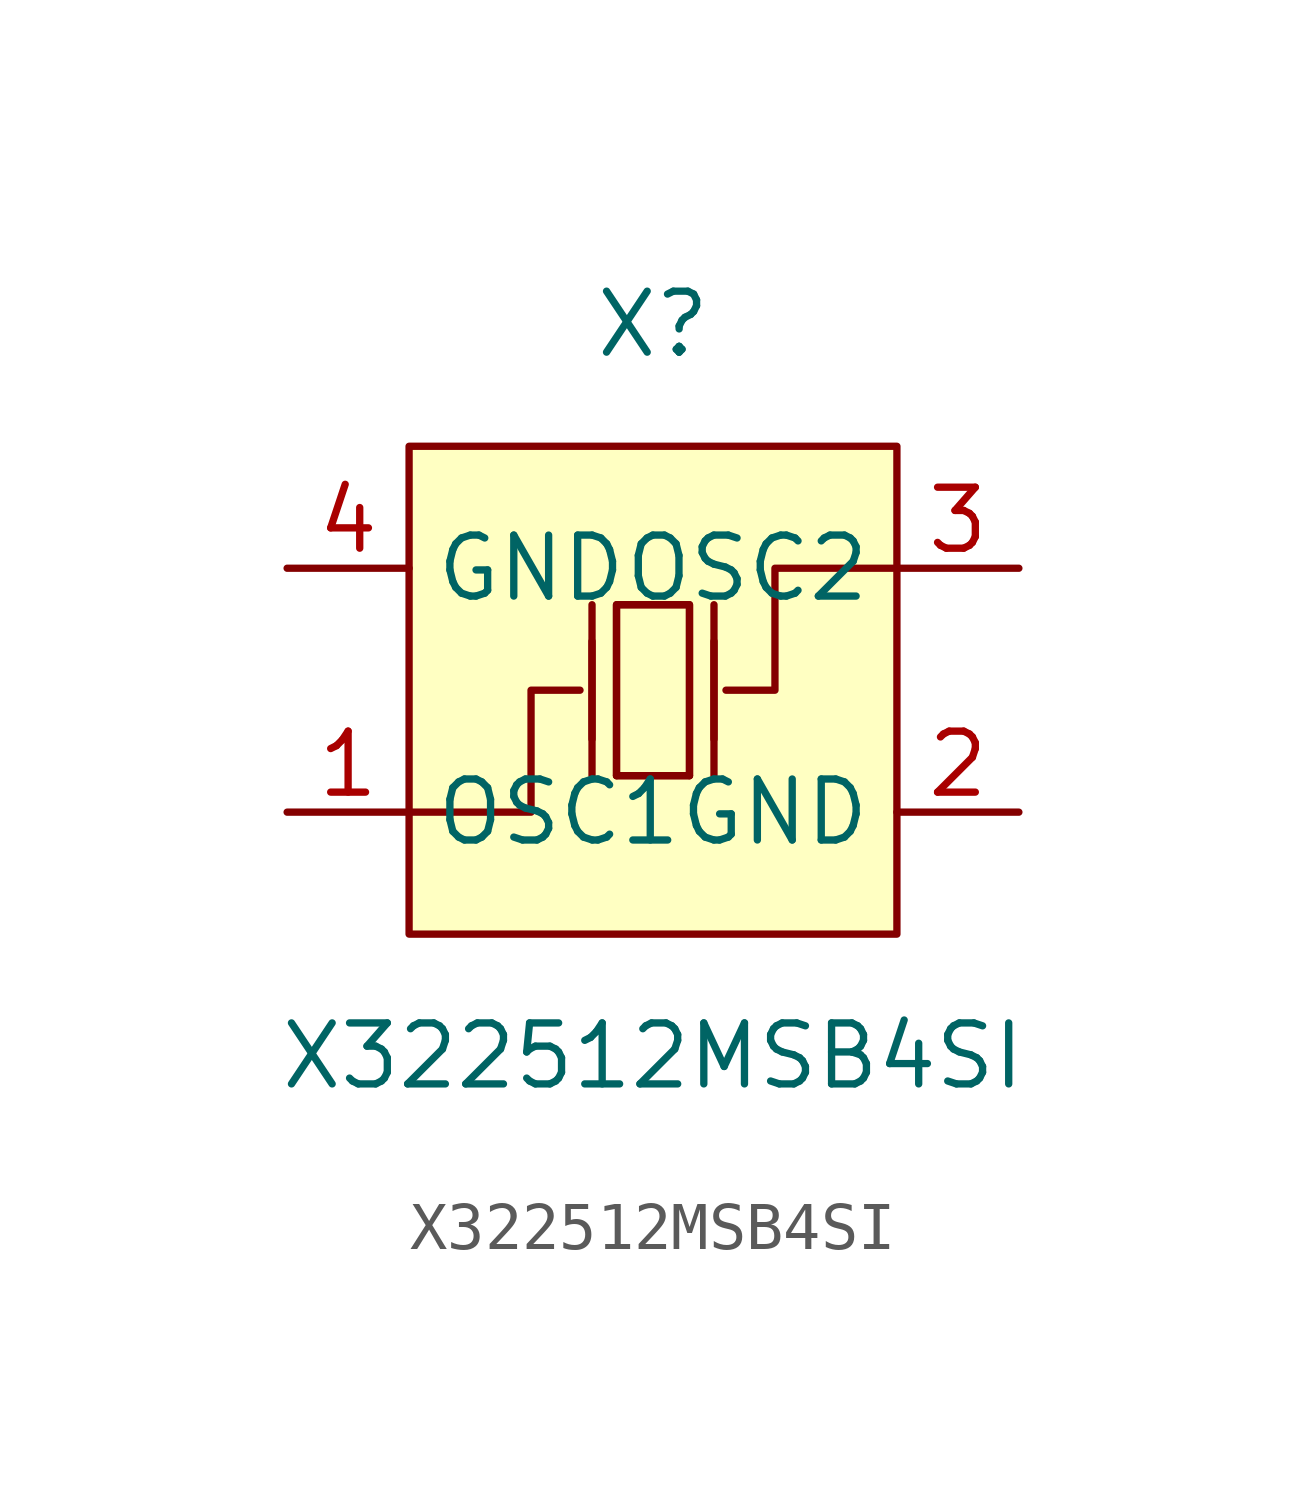
<source format=kicad_sym>
(kicad_symbol_lib
  (version 1)
  (generator "faebryk")
  (symbol "X322512MSB4SI"
    (property "Reference" "X"
      (at 0 7.62 0)
      (effects (font (size 1.27 1.27)) (hide no)))
    (property "Value" "X322512MSB4SI"
      (at 0 -7.62 0)
      (effects (font (size 1.27 1.27)) (hide no)))
    (symbol "X322512MSB4SI_0_1"
      (polyline (stroke (width 0) (type default) (color 0 0 0 0)) (fill (type background)) (pts (xy 0.76 1.78) (xy 0.76 -1.78) (xy -0.76 -1.78) (xy -0.76 1.78) (xy 0.76 1.78)))
      (polyline (stroke (width 0) (type default) (color 0 0 0 0)) (fill (type none)) (pts (xy -1.27 -1.78) (xy -1.27 1.78)))
      (polyline (stroke (width 0) (type default) (color 0 0 0 0)) (fill (type none)) (pts (xy 1.27 -1.78) (xy 1.27 1.78)))
      (polyline (stroke (width 0) (type default) (color 0 0 0 0)) (fill (type none)) (pts (xy -5.08 -2.54) (xy -2.54 -2.54) (xy -2.54 0) (xy -1.52 0)))
      (polyline (stroke (width 0) (type default) (color 0 0 0 0)) (fill (type none)) (pts (xy 5.08 2.54) (xy 2.54 2.54) (xy 2.54 0) (xy 1.52 0)))
      (polyline (stroke (width 0) (type default) (color 0 0 0 0)) (fill (type none)) (pts (xy -0.76 -1.78) (xy -0.76 1.78) (xy 0.76 1.78) (xy 0.76 -1.78)))
      (polyline (stroke (width 0) (type default) (color 0 0 0 0)) (fill (type none)) (pts (xy 1.27 -1.02) (xy 1.27 1.02)))
      (polyline (stroke (width 0) (type default) (color 0 0 0 0)) (fill (type none)) (pts (xy 0.76 -1.78) (xy -0.76 -1.78)))
      (polyline (stroke (width 0) (type default) (color 0 0 0 0)) (fill (type none)) (pts (xy -1.27 -1.02) (xy -1.27 1.02)))
      (rectangle (start -5.08 5.08) (end 5.08 -5.08) (stroke (width 0) (type default) (color 0 0 0 0)) (fill (type background)))
      (pin unspecified line (at 7.62 2.54 180) (length 2.54) (name "OSC2" (effects (font (size 1.27 1.27)) (hide no))) (number "3" (effects (font (size 1.27 1.27)) (hide no))))
      (pin unspecified line (at -7.62 -2.54 0) (length 2.54) (name "OSC1" (effects (font (size 1.27 1.27)) (hide no))) (number "1" (effects (font (size 1.27 1.27)) (hide no))))
      (pin unspecified line (at 7.62 -2.54 180) (length 2.54) (name "GND" (effects (font (size 1.27 1.27)) (hide no))) (number "2" (effects (font (size 1.27 1.27)) (hide no))))
      (pin unspecified line (at -7.62 2.54 0) (length 2.54) (name "GND" (effects (font (size 1.27 1.27)) (hide no))) (number "4" (effects (font (size 1.27 1.27)) (hide no)))))))
</source>
